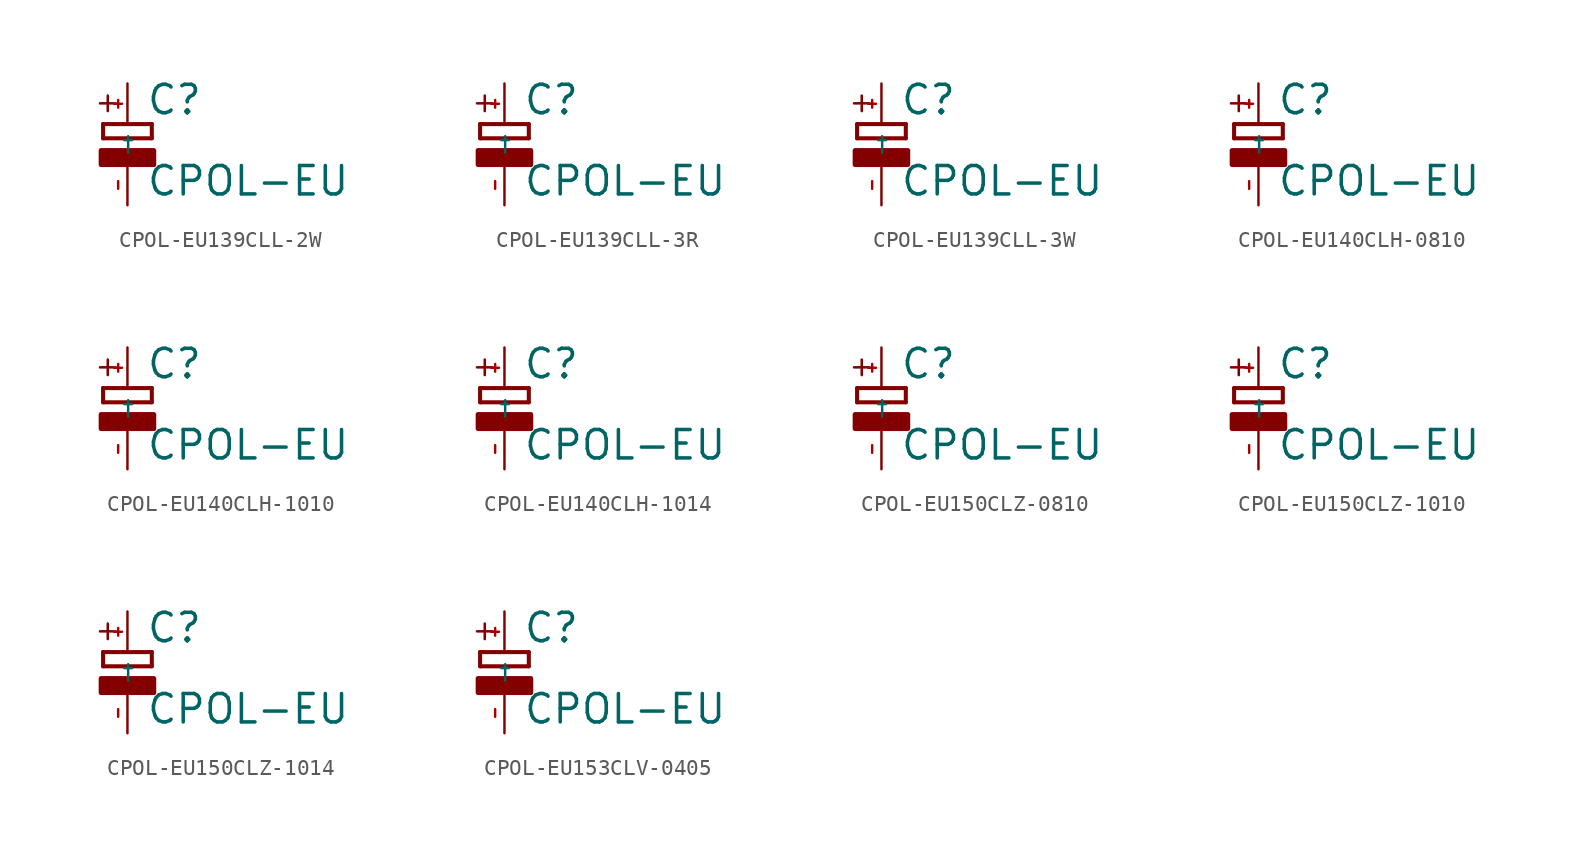
<source format=kicad_sym>
(kicad_symbol_lib
  (version 20220914)
  (generator Eagle2Kicad)
  (symbol "CPOL-EU139CLL-2W"
    (property "Reference" "C"
      (at 1.143 0.483 0)
      (effects (font (size 1.778 1.778) (thickness 0.22)) (justify left bottom)))
    (property "Value" "CPOL-EU"
      (at 1.143 -4.597 0)
      (effects (font (size 1.778 1.778) (thickness 0.22)) (justify left bottom)))
    (polyline
      (pts (xy -1.524 -0.889) (xy 1.524 -0.889))
      (stroke (width 0.254) (type default))
      (fill (type none)))
    (polyline
      (pts (xy 1.524 -0.889) (xy 1.524 0))
      (stroke (width 0.254) (type default))
      (fill (type none)))
    (polyline
      (pts (xy -1.524 0) (xy -1.524 -0.889))
      (stroke (width 0.254) (type default))
      (fill (type none)))
    (polyline
      (pts (xy -1.524 0) (xy 1.524 0))
      (stroke (width 0.254) (type default))
      (fill (type none)))
    (text "+"
      (at -0.584 0.406 900)
      (effects (font (size 1.27 1.27) (thickness 0.16)) (justify left bottom)))
    (rectangle
      (start -1.651 -2.54)
      (end 1.651 -1.651)
      (stroke (width 0.3) (type default))
      (fill (type outline)))
    (pin passive line
      (at 0 -5.08 90)
      (length 2.54)
      (name "-" (effects (font (size 0.635 0.635) (thickness 0.08)) (justify left bottom)))
      (number "-" (effects (font (size 0.635 0.635) (thickness 0.08)) (justify left bottom))))
    (pin passive line
      (at 0 2.54 270)
      (length 2.54)
      (name "+" (effects (font (size 0.635 0.635) (thickness 0.08)) (justify left bottom)))
      (number "+" (effects (font (size 0.635 0.635) (thickness 0.08)) (justify left bottom)))))
  (symbol "CPOL-EU139CLL-3R"
    (property "Reference" "C"
      (at 1.143 0.483 0)
      (effects (font (size 1.778 1.778) (thickness 0.22)) (justify left bottom)))
    (property "Value" "CPOL-EU"
      (at 1.143 -4.597 0)
      (effects (font (size 1.778 1.778) (thickness 0.22)) (justify left bottom)))
    (polyline
      (pts (xy -1.524 -0.889) (xy 1.524 -0.889))
      (stroke (width 0.254) (type default))
      (fill (type none)))
    (polyline
      (pts (xy 1.524 -0.889) (xy 1.524 0))
      (stroke (width 0.254) (type default))
      (fill (type none)))
    (polyline
      (pts (xy -1.524 0) (xy -1.524 -0.889))
      (stroke (width 0.254) (type default))
      (fill (type none)))
    (polyline
      (pts (xy -1.524 0) (xy 1.524 0))
      (stroke (width 0.254) (type default))
      (fill (type none)))
    (text "+"
      (at -0.584 0.406 900)
      (effects (font (size 1.27 1.27) (thickness 0.16)) (justify left bottom)))
    (rectangle
      (start -1.651 -2.54)
      (end 1.651 -1.651)
      (stroke (width 0.3) (type default))
      (fill (type outline)))
    (pin passive line
      (at 0 -5.08 90)
      (length 2.54)
      (name "-" (effects (font (size 0.635 0.635) (thickness 0.08)) (justify left bottom)))
      (number "-" (effects (font (size 0.635 0.635) (thickness 0.08)) (justify left bottom))))
    (pin passive line
      (at 0 2.54 270)
      (length 2.54)
      (name "+" (effects (font (size 0.635 0.635) (thickness 0.08)) (justify left bottom)))
      (number "+" (effects (font (size 0.635 0.635) (thickness 0.08)) (justify left bottom)))))
  (symbol "CPOL-EU139CLL-3W"
    (property "Reference" "C"
      (at 1.143 0.483 0)
      (effects (font (size 1.778 1.778) (thickness 0.22)) (justify left bottom)))
    (property "Value" "CPOL-EU"
      (at 1.143 -4.597 0)
      (effects (font (size 1.778 1.778) (thickness 0.22)) (justify left bottom)))
    (polyline
      (pts (xy -1.524 -0.889) (xy 1.524 -0.889))
      (stroke (width 0.254) (type default))
      (fill (type none)))
    (polyline
      (pts (xy 1.524 -0.889) (xy 1.524 0))
      (stroke (width 0.254) (type default))
      (fill (type none)))
    (polyline
      (pts (xy -1.524 0) (xy -1.524 -0.889))
      (stroke (width 0.254) (type default))
      (fill (type none)))
    (polyline
      (pts (xy -1.524 0) (xy 1.524 0))
      (stroke (width 0.254) (type default))
      (fill (type none)))
    (text "+"
      (at -0.584 0.406 900)
      (effects (font (size 1.27 1.27) (thickness 0.16)) (justify left bottom)))
    (rectangle
      (start -1.651 -2.54)
      (end 1.651 -1.651)
      (stroke (width 0.3) (type default))
      (fill (type outline)))
    (pin passive line
      (at 0 -5.08 90)
      (length 2.54)
      (name "-" (effects (font (size 0.635 0.635) (thickness 0.08)) (justify left bottom)))
      (number "-" (effects (font (size 0.635 0.635) (thickness 0.08)) (justify left bottom))))
    (pin passive line
      (at 0 2.54 270)
      (length 2.54)
      (name "+" (effects (font (size 0.635 0.635) (thickness 0.08)) (justify left bottom)))
      (number "+" (effects (font (size 0.635 0.635) (thickness 0.08)) (justify left bottom)))))
  (symbol "CPOL-EU140CLH-0810"
    (property "Reference" "C"
      (at 1.143 0.483 0)
      (effects (font (size 1.778 1.778) (thickness 0.22)) (justify left bottom)))
    (property "Value" "CPOL-EU"
      (at 1.143 -4.597 0)
      (effects (font (size 1.778 1.778) (thickness 0.22)) (justify left bottom)))
    (polyline
      (pts (xy -1.524 -0.889) (xy 1.524 -0.889))
      (stroke (width 0.254) (type default))
      (fill (type none)))
    (polyline
      (pts (xy 1.524 -0.889) (xy 1.524 0))
      (stroke (width 0.254) (type default))
      (fill (type none)))
    (polyline
      (pts (xy -1.524 0) (xy -1.524 -0.889))
      (stroke (width 0.254) (type default))
      (fill (type none)))
    (polyline
      (pts (xy -1.524 0) (xy 1.524 0))
      (stroke (width 0.254) (type default))
      (fill (type none)))
    (text "+"
      (at -0.584 0.406 900)
      (effects (font (size 1.27 1.27) (thickness 0.16)) (justify left bottom)))
    (rectangle
      (start -1.651 -2.54)
      (end 1.651 -1.651)
      (stroke (width 0.3) (type default))
      (fill (type outline)))
    (pin passive line
      (at 0 -5.08 90)
      (length 2.54)
      (name "-" (effects (font (size 0.635 0.635) (thickness 0.08)) (justify left bottom)))
      (number "-" (effects (font (size 0.635 0.635) (thickness 0.08)) (justify left bottom))))
    (pin passive line
      (at 0 2.54 270)
      (length 2.54)
      (name "+" (effects (font (size 0.635 0.635) (thickness 0.08)) (justify left bottom)))
      (number "+" (effects (font (size 0.635 0.635) (thickness 0.08)) (justify left bottom)))))
  (symbol "CPOL-EU140CLH-1010"
    (property "Reference" "C"
      (at 1.143 0.483 0)
      (effects (font (size 1.778 1.778) (thickness 0.22)) (justify left bottom)))
    (property "Value" "CPOL-EU"
      (at 1.143 -4.597 0)
      (effects (font (size 1.778 1.778) (thickness 0.22)) (justify left bottom)))
    (polyline
      (pts (xy -1.524 -0.889) (xy 1.524 -0.889))
      (stroke (width 0.254) (type default))
      (fill (type none)))
    (polyline
      (pts (xy 1.524 -0.889) (xy 1.524 0))
      (stroke (width 0.254) (type default))
      (fill (type none)))
    (polyline
      (pts (xy -1.524 0) (xy -1.524 -0.889))
      (stroke (width 0.254) (type default))
      (fill (type none)))
    (polyline
      (pts (xy -1.524 0) (xy 1.524 0))
      (stroke (width 0.254) (type default))
      (fill (type none)))
    (text "+"
      (at -0.584 0.406 900)
      (effects (font (size 1.27 1.27) (thickness 0.16)) (justify left bottom)))
    (rectangle
      (start -1.651 -2.54)
      (end 1.651 -1.651)
      (stroke (width 0.3) (type default))
      (fill (type outline)))
    (pin passive line
      (at 0 -5.08 90)
      (length 2.54)
      (name "-" (effects (font (size 0.635 0.635) (thickness 0.08)) (justify left bottom)))
      (number "-" (effects (font (size 0.635 0.635) (thickness 0.08)) (justify left bottom))))
    (pin passive line
      (at 0 2.54 270)
      (length 2.54)
      (name "+" (effects (font (size 0.635 0.635) (thickness 0.08)) (justify left bottom)))
      (number "+" (effects (font (size 0.635 0.635) (thickness 0.08)) (justify left bottom)))))
  (symbol "CPOL-EU140CLH-1014"
    (property "Reference" "C"
      (at 1.143 0.483 0)
      (effects (font (size 1.778 1.778) (thickness 0.22)) (justify left bottom)))
    (property "Value" "CPOL-EU"
      (at 1.143 -4.597 0)
      (effects (font (size 1.778 1.778) (thickness 0.22)) (justify left bottom)))
    (polyline
      (pts (xy -1.524 -0.889) (xy 1.524 -0.889))
      (stroke (width 0.254) (type default))
      (fill (type none)))
    (polyline
      (pts (xy 1.524 -0.889) (xy 1.524 0))
      (stroke (width 0.254) (type default))
      (fill (type none)))
    (polyline
      (pts (xy -1.524 0) (xy -1.524 -0.889))
      (stroke (width 0.254) (type default))
      (fill (type none)))
    (polyline
      (pts (xy -1.524 0) (xy 1.524 0))
      (stroke (width 0.254) (type default))
      (fill (type none)))
    (text "+"
      (at -0.584 0.406 900)
      (effects (font (size 1.27 1.27) (thickness 0.16)) (justify left bottom)))
    (rectangle
      (start -1.651 -2.54)
      (end 1.651 -1.651)
      (stroke (width 0.3) (type default))
      (fill (type outline)))
    (pin passive line
      (at 0 -5.08 90)
      (length 2.54)
      (name "-" (effects (font (size 0.635 0.635) (thickness 0.08)) (justify left bottom)))
      (number "-" (effects (font (size 0.635 0.635) (thickness 0.08)) (justify left bottom))))
    (pin passive line
      (at 0 2.54 270)
      (length 2.54)
      (name "+" (effects (font (size 0.635 0.635) (thickness 0.08)) (justify left bottom)))
      (number "+" (effects (font (size 0.635 0.635) (thickness 0.08)) (justify left bottom)))))
  (symbol "CPOL-EU150CLZ-0810"
    (property "Reference" "C"
      (at 1.143 0.483 0)
      (effects (font (size 1.778 1.778) (thickness 0.22)) (justify left bottom)))
    (property "Value" "CPOL-EU"
      (at 1.143 -4.597 0)
      (effects (font (size 1.778 1.778) (thickness 0.22)) (justify left bottom)))
    (polyline
      (pts (xy -1.524 -0.889) (xy 1.524 -0.889))
      (stroke (width 0.254) (type default))
      (fill (type none)))
    (polyline
      (pts (xy 1.524 -0.889) (xy 1.524 0))
      (stroke (width 0.254) (type default))
      (fill (type none)))
    (polyline
      (pts (xy -1.524 0) (xy -1.524 -0.889))
      (stroke (width 0.254) (type default))
      (fill (type none)))
    (polyline
      (pts (xy -1.524 0) (xy 1.524 0))
      (stroke (width 0.254) (type default))
      (fill (type none)))
    (text "+"
      (at -0.584 0.406 900)
      (effects (font (size 1.27 1.27) (thickness 0.16)) (justify left bottom)))
    (rectangle
      (start -1.651 -2.54)
      (end 1.651 -1.651)
      (stroke (width 0.3) (type default))
      (fill (type outline)))
    (pin passive line
      (at 0 -5.08 90)
      (length 2.54)
      (name "-" (effects (font (size 0.635 0.635) (thickness 0.08)) (justify left bottom)))
      (number "-" (effects (font (size 0.635 0.635) (thickness 0.08)) (justify left bottom))))
    (pin passive line
      (at 0 2.54 270)
      (length 2.54)
      (name "+" (effects (font (size 0.635 0.635) (thickness 0.08)) (justify left bottom)))
      (number "+" (effects (font (size 0.635 0.635) (thickness 0.08)) (justify left bottom)))))
  (symbol "CPOL-EU150CLZ-1010"
    (property "Reference" "C"
      (at 1.143 0.483 0)
      (effects (font (size 1.778 1.778) (thickness 0.22)) (justify left bottom)))
    (property "Value" "CPOL-EU"
      (at 1.143 -4.597 0)
      (effects (font (size 1.778 1.778) (thickness 0.22)) (justify left bottom)))
    (polyline
      (pts (xy -1.524 -0.889) (xy 1.524 -0.889))
      (stroke (width 0.254) (type default))
      (fill (type none)))
    (polyline
      (pts (xy 1.524 -0.889) (xy 1.524 0))
      (stroke (width 0.254) (type default))
      (fill (type none)))
    (polyline
      (pts (xy -1.524 0) (xy -1.524 -0.889))
      (stroke (width 0.254) (type default))
      (fill (type none)))
    (polyline
      (pts (xy -1.524 0) (xy 1.524 0))
      (stroke (width 0.254) (type default))
      (fill (type none)))
    (text "+"
      (at -0.584 0.406 900)
      (effects (font (size 1.27 1.27) (thickness 0.16)) (justify left bottom)))
    (rectangle
      (start -1.651 -2.54)
      (end 1.651 -1.651)
      (stroke (width 0.3) (type default))
      (fill (type outline)))
    (pin passive line
      (at 0 -5.08 90)
      (length 2.54)
      (name "-" (effects (font (size 0.635 0.635) (thickness 0.08)) (justify left bottom)))
      (number "-" (effects (font (size 0.635 0.635) (thickness 0.08)) (justify left bottom))))
    (pin passive line
      (at 0 2.54 270)
      (length 2.54)
      (name "+" (effects (font (size 0.635 0.635) (thickness 0.08)) (justify left bottom)))
      (number "+" (effects (font (size 0.635 0.635) (thickness 0.08)) (justify left bottom)))))
  (symbol "CPOL-EU150CLZ-1014"
    (property "Reference" "C"
      (at 1.143 0.483 0)
      (effects (font (size 1.778 1.778) (thickness 0.22)) (justify left bottom)))
    (property "Value" "CPOL-EU"
      (at 1.143 -4.597 0)
      (effects (font (size 1.778 1.778) (thickness 0.22)) (justify left bottom)))
    (polyline
      (pts (xy -1.524 -0.889) (xy 1.524 -0.889))
      (stroke (width 0.254) (type default))
      (fill (type none)))
    (polyline
      (pts (xy 1.524 -0.889) (xy 1.524 0))
      (stroke (width 0.254) (type default))
      (fill (type none)))
    (polyline
      (pts (xy -1.524 0) (xy -1.524 -0.889))
      (stroke (width 0.254) (type default))
      (fill (type none)))
    (polyline
      (pts (xy -1.524 0) (xy 1.524 0))
      (stroke (width 0.254) (type default))
      (fill (type none)))
    (text "+"
      (at -0.584 0.406 900)
      (effects (font (size 1.27 1.27) (thickness 0.16)) (justify left bottom)))
    (rectangle
      (start -1.651 -2.54)
      (end 1.651 -1.651)
      (stroke (width 0.3) (type default))
      (fill (type outline)))
    (pin passive line
      (at 0 -5.08 90)
      (length 2.54)
      (name "-" (effects (font (size 0.635 0.635) (thickness 0.08)) (justify left bottom)))
      (number "-" (effects (font (size 0.635 0.635) (thickness 0.08)) (justify left bottom))))
    (pin passive line
      (at 0 2.54 270)
      (length 2.54)
      (name "+" (effects (font (size 0.635 0.635) (thickness 0.08)) (justify left bottom)))
      (number "+" (effects (font (size 0.635 0.635) (thickness 0.08)) (justify left bottom)))))
  (symbol "CPOL-EU153CLV-0405"
    (property "Reference" "C"
      (at 1.143 0.483 0)
      (effects (font (size 1.778 1.778) (thickness 0.22)) (justify left bottom)))
    (property "Value" "CPOL-EU"
      (at 1.143 -4.597 0)
      (effects (font (size 1.778 1.778) (thickness 0.22)) (justify left bottom)))
    (polyline
      (pts (xy -1.524 -0.889) (xy 1.524 -0.889))
      (stroke (width 0.254) (type default))
      (fill (type none)))
    (polyline
      (pts (xy 1.524 -0.889) (xy 1.524 0))
      (stroke (width 0.254) (type default))
      (fill (type none)))
    (polyline
      (pts (xy -1.524 0) (xy -1.524 -0.889))
      (stroke (width 0.254) (type default))
      (fill (type none)))
    (polyline
      (pts (xy -1.524 0) (xy 1.524 0))
      (stroke (width 0.254) (type default))
      (fill (type none)))
    (text "+"
      (at -0.584 0.406 900)
      (effects (font (size 1.27 1.27) (thickness 0.16)) (justify left bottom)))
    (rectangle
      (start -1.651 -2.54)
      (end 1.651 -1.651)
      (stroke (width 0.3) (type default))
      (fill (type outline)))
    (pin passive line
      (at 0 -5.08 90)
      (length 2.54)
      (name "-" (effects (font (size 0.635 0.635) (thickness 0.08)) (justify left bottom)))
      (number "-" (effects (font (size 0.635 0.635) (thickness 0.08)) (justify left bottom))))
    (pin passive line
      (at 0 2.54 270)
      (length 2.54)
      (name "+" (effects (font (size 0.635 0.635) (thickness 0.08)) (justify left bottom)))
      (number "+" (effects (font (size 0.635 0.635) (thickness 0.08)) (justify left bottom))))))
</source>
